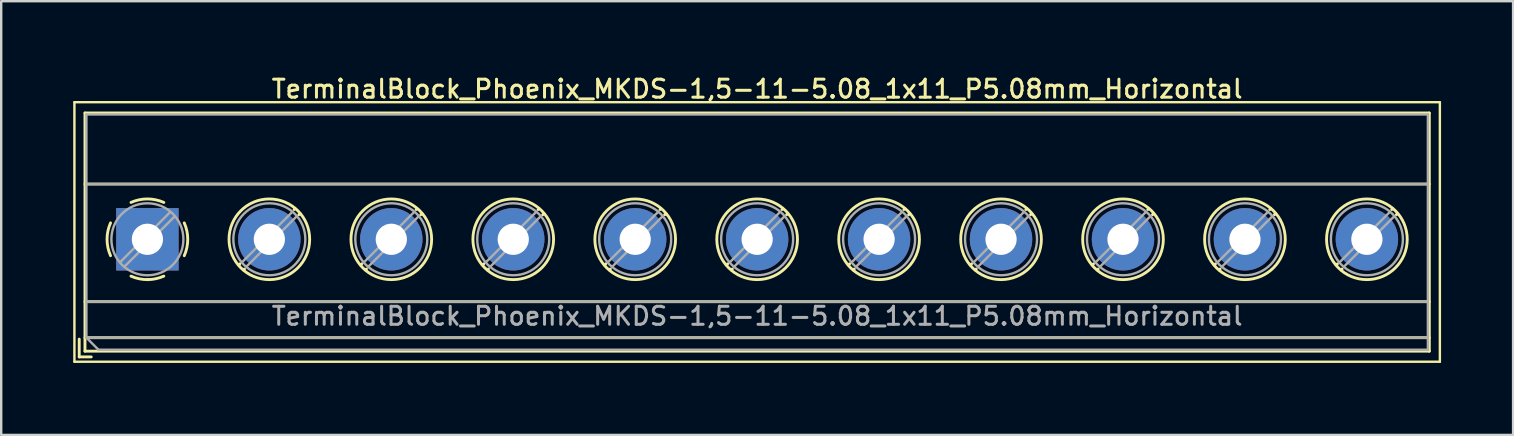
<source format=kicad_pcb>
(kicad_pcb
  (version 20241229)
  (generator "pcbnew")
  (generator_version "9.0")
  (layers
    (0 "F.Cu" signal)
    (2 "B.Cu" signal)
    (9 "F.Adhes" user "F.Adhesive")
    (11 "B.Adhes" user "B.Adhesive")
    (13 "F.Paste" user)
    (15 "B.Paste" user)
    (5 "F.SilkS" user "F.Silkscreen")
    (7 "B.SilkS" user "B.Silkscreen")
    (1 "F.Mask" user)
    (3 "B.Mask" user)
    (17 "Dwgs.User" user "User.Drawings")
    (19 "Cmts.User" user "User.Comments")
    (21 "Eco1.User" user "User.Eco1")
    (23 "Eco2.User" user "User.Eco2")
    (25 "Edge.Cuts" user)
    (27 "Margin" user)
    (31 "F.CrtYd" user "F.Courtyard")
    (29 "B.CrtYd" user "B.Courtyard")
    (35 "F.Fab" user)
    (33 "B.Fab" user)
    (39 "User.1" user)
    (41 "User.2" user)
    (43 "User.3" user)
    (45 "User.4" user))
  (footprint "TerminalBlock_Phoenix_MKDS-1,5-11-5.08_1x11_P5.08mm_Horizontal"
    (layer "F.Cu")
    (at 3.09 6.918)
    (property "Reference" "TerminalBlock_Phoenix_MKDS-1,5-11-5.08_1x11_P5.08mm_Horizontal" (at 25.4 -6.26 0) (layer "F.SilkS") (effects (font (size 0.75 0.75) (thickness 0.125))))
    (attr through_hole)
    (fp_line (start -3.04 -5.71) (end -3.04 5.1) (stroke (width 0.1) (type solid)) (layer "F.SilkS"))
    (fp_line (start -3.04 5.1) (end 53.84 5.1) (stroke (width 0.1) (type solid)) (layer "F.SilkS"))
    (fp_line (start -2.84 4.16) (end -2.84 4.9) (stroke (width 0.12) (type solid)) (layer "F.SilkS"))
    (fp_line (start -2.84 4.9) (end -2.34 4.9) (stroke (width 0.12) (type solid)) (layer "F.SilkS"))
    (fp_line (start -2.6 -5.261) (end -2.6 4.66) (stroke (width 0.12) (type solid)) (layer "F.SilkS"))
    (fp_line (start -2.6 -5.261) (end 53.4 -5.261) (stroke (width 0.12) (type solid)) (layer "F.SilkS"))
    (fp_line (start -2.6 -2.301) (end 53.4 -2.301) (stroke (width 0.12) (type solid)) (layer "F.SilkS"))
    (fp_line (start -2.6 2.6) (end 53.4 2.6) (stroke (width 0.12) (type solid)) (layer "F.SilkS"))
    (fp_line (start -2.6 4.1) (end 53.4 4.1) (stroke (width 0.12) (type solid)) (layer "F.SilkS"))
    (fp_line (start -2.6 4.66) (end 53.4 4.66) (stroke (width 0.12) (type solid)) (layer "F.SilkS"))
    (fp_line (start 3.853 1.023) (end 3.806 1.069) (stroke (width 0.12) (type solid)) (layer "F.SilkS"))
    (fp_line (start 4.046 1.239) (end 4.011 1.274) (stroke (width 0.12) (type solid)) (layer "F.SilkS"))
    (fp_line (start 6.15 -1.275) (end 6.115 -1.239) (stroke (width 0.12) (type solid)) (layer "F.SilkS"))
    (fp_line (start 6.355 -1.069) (end 6.308 -1.023) (stroke (width 0.12) (type solid)) (layer "F.SilkS"))
    (fp_line (start 8.933 1.023) (end 8.886 1.069) (stroke (width 0.12) (type solid)) (layer "F.SilkS"))
    (fp_line (start 9.126 1.239) (end 9.091 1.274) (stroke (width 0.12) (type solid)) (layer "F.SilkS"))
    (fp_line (start 11.23 -1.275) (end 11.195 -1.239) (stroke (width 0.12) (type solid)) (layer "F.SilkS"))
    (fp_line (start 11.435 -1.069) (end 11.388 -1.023) (stroke (width 0.12) (type solid)) (layer "F.SilkS"))
    (fp_line (start 14.013 1.023) (end 13.966 1.069) (stroke (width 0.12) (type solid)) (layer "F.SilkS"))
    (fp_line (start 14.206 1.239) (end 14.171 1.274) (stroke (width 0.12) (type solid)) (layer "F.SilkS"))
    (fp_line (start 16.31 -1.275) (end 16.275 -1.239) (stroke (width 0.12) (type solid)) (layer "F.SilkS"))
    (fp_line (start 16.515 -1.069) (end 16.468 -1.023) (stroke (width 0.12) (type solid)) (layer "F.SilkS"))
    (fp_line (start 19.093 1.023) (end 19.046 1.069) (stroke (width 0.12) (type solid)) (layer "F.SilkS"))
    (fp_line (start 19.286 1.239) (end 19.251 1.274) (stroke (width 0.12) (type solid)) (layer "F.SilkS"))
    (fp_line (start 21.39 -1.275) (end 21.355 -1.239) (stroke (width 0.12) (type solid)) (layer "F.SilkS"))
    (fp_line (start 21.595 -1.069) (end 21.548 -1.023) (stroke (width 0.12) (type solid)) (layer "F.SilkS"))
    (fp_line (start 24.173 1.023) (end 24.126 1.069) (stroke (width 0.12) (type solid)) (layer "F.SilkS"))
    (fp_line (start 24.366 1.239) (end 24.331 1.274) (stroke (width 0.12) (type solid)) (layer "F.SilkS"))
    (fp_line (start 26.47 -1.275) (end 26.435 -1.239) (stroke (width 0.12) (type solid)) (layer "F.SilkS"))
    (fp_line (start 26.675 -1.069) (end 26.628 -1.023) (stroke (width 0.12) (type solid)) (layer "F.SilkS"))
    (fp_line (start 29.253 1.023) (end 29.206 1.069) (stroke (width 0.12) (type solid)) (layer "F.SilkS"))
    (fp_line (start 29.446 1.239) (end 29.411 1.274) (stroke (width 0.12) (type solid)) (layer "F.SilkS"))
    (fp_line (start 31.55 -1.275) (end 31.515 -1.239) (stroke (width 0.12) (type solid)) (layer "F.SilkS"))
    (fp_line (start 31.755 -1.069) (end 31.708 -1.023) (stroke (width 0.12) (type solid)) (layer "F.SilkS"))
    (fp_line (start 34.333 1.023) (end 34.286 1.069) (stroke (width 0.12) (type solid)) (layer "F.SilkS"))
    (fp_line (start 34.526 1.239) (end 34.491 1.274) (stroke (width 0.12) (type solid)) (layer "F.SilkS"))
    (fp_line (start 36.63 -1.275) (end 36.595 -1.239) (stroke (width 0.12) (type solid)) (layer "F.SilkS"))
    (fp_line (start 36.835 -1.069) (end 36.788 -1.023) (stroke (width 0.12) (type solid)) (layer "F.SilkS"))
    (fp_line (start 39.413 1.023) (end 39.366 1.069) (stroke (width 0.12) (type solid)) (layer "F.SilkS"))
    (fp_line (start 39.606 1.239) (end 39.571 1.274) (stroke (width 0.12) (type solid)) (layer "F.SilkS"))
    (fp_line (start 41.71 -1.275) (end 41.675 -1.239) (stroke (width 0.12) (type solid)) (layer "F.SilkS"))
    (fp_line (start 41.915 -1.069) (end 41.868 -1.023) (stroke (width 0.12) (type solid)) (layer "F.SilkS"))
    (fp_line (start 44.493 1.023) (end 44.446 1.069) (stroke (width 0.12) (type solid)) (layer "F.SilkS"))
    (fp_line (start 44.686 1.239) (end 44.651 1.274) (stroke (width 0.12) (type solid)) (layer "F.SilkS"))
    (fp_line (start 46.79 -1.275) (end 46.755 -1.239) (stroke (width 0.12) (type solid)) (layer "F.SilkS"))
    (fp_line (start 46.995 -1.069) (end 46.948 -1.023) (stroke (width 0.12) (type solid)) (layer "F.SilkS"))
    (fp_line (start 49.573 1.023) (end 49.526 1.069) (stroke (width 0.12) (type solid)) (layer "F.SilkS"))
    (fp_line (start 49.766 1.239) (end 49.731 1.274) (stroke (width 0.12) (type solid)) (layer "F.SilkS"))
    (fp_line (start 51.87 -1.275) (end 51.835 -1.239) (stroke (width 0.12) (type solid)) (layer "F.SilkS"))
    (fp_line (start 52.075 -1.069) (end 52.028 -1.023) (stroke (width 0.12) (type solid)) (layer "F.SilkS"))
    (fp_line (start 53.4 -5.261) (end 53.4 4.66) (stroke (width 0.12) (type solid)) (layer "F.SilkS"))
    (fp_line (start 53.84 -5.71) (end -3.04 -5.71) (stroke (width 0.1) (type solid)) (layer "F.SilkS"))
    (fp_line (start 53.84 5.1) (end 53.84 -5.71) (stroke (width 0.1) (type solid)) (layer "F.SilkS"))
    (fp_arc (start -1.535427 0.683042) (mid -1.680501 -0.000524) (end -1.535 -0.684) (stroke (width 0.12) (type solid)) (layer "F.SilkS"))
    (fp_arc (start -0.683042 -1.535427) (mid 0.000524 -1.680501) (end 0.684 -1.535) (stroke (width 0.12) (type solid)) (layer "F.SilkS"))
    (fp_arc (start 0.028805 1.680253) (mid -0.335551 1.646659) (end -0.684 1.535) (stroke (width 0.12) (type solid)) (layer "F.SilkS"))
    (fp_arc (start 0.683318 1.534756) (mid 0.349292 1.643288) (end 0 1.68) (stroke (width 0.12) (type solid)) (layer "F.SilkS"))
    (fp_arc (start 1.535427 -0.683042) (mid 1.680501 0.000524) (end 1.535 0.684) (stroke (width 0.12) (type solid)) (layer "F.SilkS"))
    (fp_circle (center 5.08 0) (end 6.76 0) (stroke (width 0.12) (type solid)) (fill no) (layer "F.SilkS"))
    (fp_circle (center 10.16 0) (end 11.84 0) (stroke (width 0.12) (type solid)) (fill no) (layer "F.SilkS"))
    (fp_circle (center 15.24 0) (end 16.92 0) (stroke (width 0.12) (type solid)) (fill no) (layer "F.SilkS"))
    (fp_circle (center 20.32 0) (end 22 0) (stroke (width 0.12) (type solid)) (fill no) (layer "F.SilkS"))
    (fp_circle (center 25.4 0) (end 27.08 0) (stroke (width 0.12) (type solid)) (fill no) (layer "F.SilkS"))
    (fp_circle (center 30.48 0) (end 32.16 0) (stroke (width 0.12) (type solid)) (fill no) (layer "F.SilkS"))
    (fp_circle (center 35.56 0) (end 37.24 0) (stroke (width 0.12) (type solid)) (fill no) (layer "F.SilkS"))
    (fp_circle (center 40.64 0) (end 42.32 0) (stroke (width 0.12) (type solid)) (fill no) (layer "F.SilkS"))
    (fp_circle (center 45.72 0) (end 47.4 0) (stroke (width 0.12) (type solid)) (fill no) (layer "F.SilkS"))
    (fp_circle (center 50.8 0) (end 52.48 0) (stroke (width 0.12) (type solid)) (fill no) (layer "F.SilkS"))
    (fp_line (start -2.54 -5.2) (end 53.34 -5.2) (stroke (width 0.1) (type solid)) (layer "F.Fab"))
    (fp_line (start -2.54 -2.3) (end 53.34 -2.3) (stroke (width 0.1) (type solid)) (layer "F.Fab"))
    (fp_line (start -2.54 2.6) (end 53.34 2.6) (stroke (width 0.1) (type solid)) (layer "F.Fab"))
    (fp_line (start -2.54 4.1) (end -2.54 -5.2) (stroke (width 0.1) (type solid)) (layer "F.Fab"))
    (fp_line (start -2.54 4.1) (end 53.34 4.1) (stroke (width 0.1) (type solid)) (layer "F.Fab"))
    (fp_line (start -2.04 4.6) (end -2.54 4.1) (stroke (width 0.1) (type solid)) (layer "F.Fab"))
    (fp_line (start 0.955 -1.138) (end -1.138 0.955) (stroke (width 0.1) (type solid)) (layer "F.Fab"))
    (fp_line (start 1.138 -0.955) (end -0.955 1.138) (stroke (width 0.1) (type solid)) (layer "F.Fab"))
    (fp_line (start 6.035 -1.138) (end 3.943 0.955) (stroke (width 0.1) (type solid)) (layer "F.Fab"))
    (fp_line (start 6.218 -0.955) (end 4.126 1.138) (stroke (width 0.1) (type solid)) (layer "F.Fab"))
    (fp_line (start 11.115 -1.138) (end 9.023 0.955) (stroke (width 0.1) (type solid)) (layer "F.Fab"))
    (fp_line (start 11.298 -0.955) (end 9.206 1.138) (stroke (width 0.1) (type solid)) (layer "F.Fab"))
    (fp_line (start 16.195 -1.138) (end 14.103 0.955) (stroke (width 0.1) (type solid)) (layer "F.Fab"))
    (fp_line (start 16.378 -0.955) (end 14.286 1.138) (stroke (width 0.1) (type solid)) (layer "F.Fab"))
    (fp_line (start 21.275 -1.138) (end 19.183 0.955) (stroke (width 0.1) (type solid)) (layer "F.Fab"))
    (fp_line (start 21.458 -0.955) (end 19.366 1.138) (stroke (width 0.1) (type solid)) (layer "F.Fab"))
    (fp_line (start 26.355 -1.138) (end 24.263 0.955) (stroke (width 0.1) (type solid)) (layer "F.Fab"))
    (fp_line (start 26.538 -0.955) (end 24.446 1.138) (stroke (width 0.1) (type solid)) (layer "F.Fab"))
    (fp_line (start 31.435 -1.138) (end 29.343 0.955) (stroke (width 0.1) (type solid)) (layer "F.Fab"))
    (fp_line (start 31.618 -0.955) (end 29.526 1.138) (stroke (width 0.1) (type solid)) (layer "F.Fab"))
    (fp_line (start 36.515 -1.138) (end 34.423 0.955) (stroke (width 0.1) (type solid)) (layer "F.Fab"))
    (fp_line (start 36.698 -0.955) (end 34.606 1.138) (stroke (width 0.1) (type solid)) (layer "F.Fab"))
    (fp_line (start 41.595 -1.138) (end 39.503 0.955) (stroke (width 0.1) (type solid)) (layer "F.Fab"))
    (fp_line (start 41.778 -0.955) (end 39.686 1.138) (stroke (width 0.1) (type solid)) (layer "F.Fab"))
    (fp_line (start 46.675 -1.138) (end 44.583 0.955) (stroke (width 0.1) (type solid)) (layer "F.Fab"))
    (fp_line (start 46.858 -0.955) (end 44.766 1.138) (stroke (width 0.1) (type solid)) (layer "F.Fab"))
    (fp_line (start 51.755 -1.138) (end 49.663 0.955) (stroke (width 0.1) (type solid)) (layer "F.Fab"))
    (fp_line (start 51.938 -0.955) (end 49.846 1.138) (stroke (width 0.1) (type solid)) (layer "F.Fab"))
    (fp_line (start 53.34 -5.2) (end 53.34 4.6) (stroke (width 0.1) (type solid)) (layer "F.Fab"))
    (fp_line (start 53.34 4.6) (end -2.04 4.6) (stroke (width 0.1) (type solid)) (layer "F.Fab"))
    (fp_circle (center 0 0) (end 1.5 0) (stroke (width 0.1) (type solid)) (fill no) (layer "F.Fab"))
    (fp_circle (center 5.08 0) (end 6.58 0) (stroke (width 0.1) (type solid)) (fill no) (layer "F.Fab"))
    (fp_circle (center 10.16 0) (end 11.66 0) (stroke (width 0.1) (type solid)) (fill no) (layer "F.Fab"))
    (fp_circle (center 15.24 0) (end 16.74 0) (stroke (width 0.1) (type solid)) (fill no) (layer "F.Fab"))
    (fp_circle (center 20.32 0) (end 21.82 0) (stroke (width 0.1) (type solid)) (fill no) (layer "F.Fab"))
    (fp_circle (center 25.4 0) (end 26.9 0) (stroke (width 0.1) (type solid)) (fill no) (layer "F.Fab"))
    (fp_circle (center 30.48 0) (end 31.98 0) (stroke (width 0.1) (type solid)) (fill no) (layer "F.Fab"))
    (fp_circle (center 35.56 0) (end 37.06 0) (stroke (width 0.1) (type solid)) (fill no) (layer "F.Fab"))
    (fp_circle (center 40.64 0) (end 42.14 0) (stroke (width 0.1) (type solid)) (fill no) (layer "F.Fab"))
    (fp_circle (center 45.72 0) (end 47.22 0) (stroke (width 0.1) (type solid)) (fill no) (layer "F.Fab"))
    (fp_circle (center 50.8 0) (end 52.3 0) (stroke (width 0.1) (type solid)) (fill no) (layer "F.Fab"))
    (fp_text user "${REFERENCE}" (at 25.4 3.2 0) (layer "F.Fab") (effects (font (size 0.75 0.75) (thickness 0.125))))
    (pad "1" thru_hole rect (at 0 0) (size 2.6 2.6) (drill 1.3) (layers "*.Cu" "*.Mask"))
    (pad "2" thru_hole circle (at 5.08 0) (size 2.6 2.6) (drill 1.3) (layers "*.Cu" "*.Mask"))
    (pad "3" thru_hole circle (at 10.16 0) (size 2.6 2.6) (drill 1.3) (layers "*.Cu" "*.Mask"))
    (pad "4" thru_hole circle (at 15.24 0) (size 2.6 2.6) (drill 1.3) (layers "*.Cu" "*.Mask"))
    (pad "5" thru_hole circle (at 20.32 0) (size 2.6 2.6) (drill 1.3) (layers "*.Cu" "*.Mask"))
    (pad "6" thru_hole circle (at 25.4 0) (size 2.6 2.6) (drill 1.3) (layers "*.Cu" "*.Mask"))
    (pad "7" thru_hole circle (at 30.48 0) (size 2.6 2.6) (drill 1.3) (layers "*.Cu" "*.Mask"))
    (pad "8" thru_hole circle (at 35.56 0) (size 2.6 2.6) (drill 1.3) (layers "*.Cu" "*.Mask"))
    (pad "9" thru_hole circle (at 40.64 0) (size 2.6 2.6) (drill 1.3) (layers "*.Cu" "*.Mask"))
    (pad "10" thru_hole circle (at 45.72 0) (size 2.6 2.6) (drill 1.3) (layers "*.Cu" "*.Mask"))
    (pad "11" thru_hole circle (at 50.8 0) (size 2.6 2.6) (drill 1.3) (layers "*.Cu" "*.Mask")))
  (gr_rect
    (start -3 -3)
    (end 59.98 15.068)
    (stroke (width 0.1) (type default))
    (fill no)
    (layer "Edge.Cuts")))
</source>
